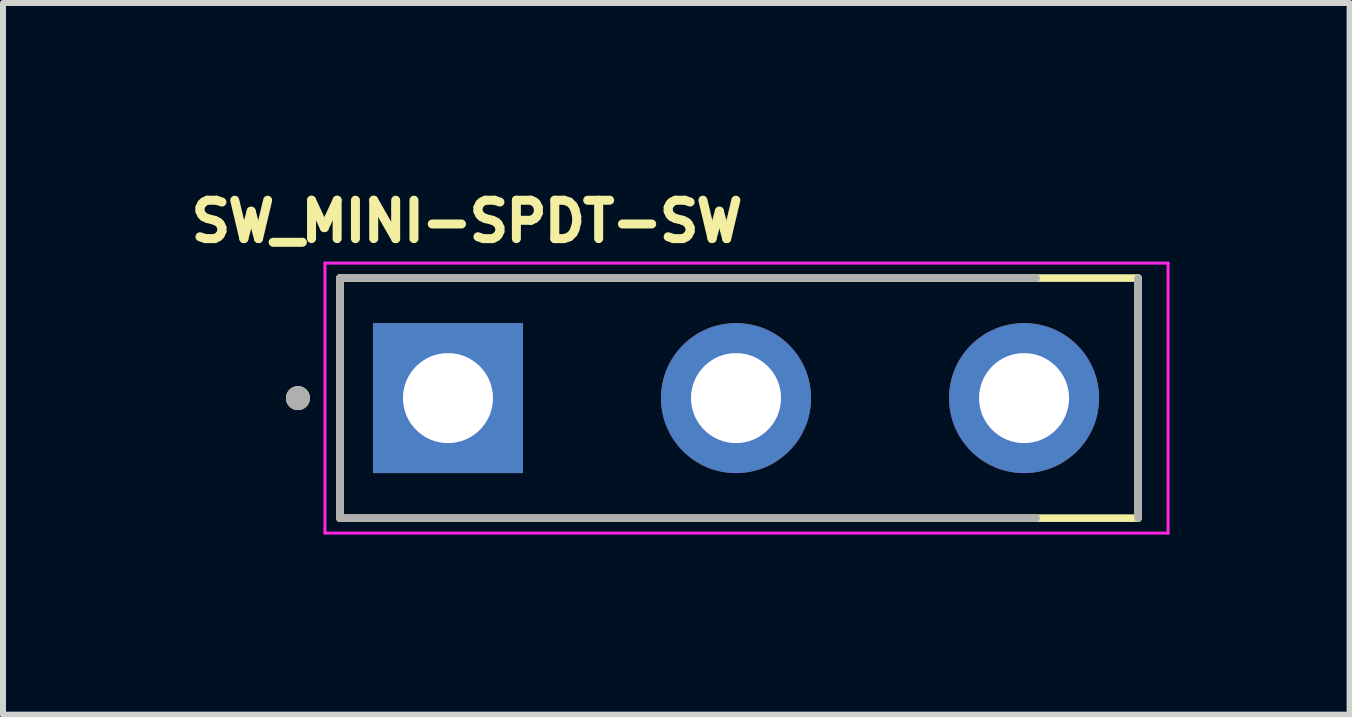
<source format=kicad_pcb>
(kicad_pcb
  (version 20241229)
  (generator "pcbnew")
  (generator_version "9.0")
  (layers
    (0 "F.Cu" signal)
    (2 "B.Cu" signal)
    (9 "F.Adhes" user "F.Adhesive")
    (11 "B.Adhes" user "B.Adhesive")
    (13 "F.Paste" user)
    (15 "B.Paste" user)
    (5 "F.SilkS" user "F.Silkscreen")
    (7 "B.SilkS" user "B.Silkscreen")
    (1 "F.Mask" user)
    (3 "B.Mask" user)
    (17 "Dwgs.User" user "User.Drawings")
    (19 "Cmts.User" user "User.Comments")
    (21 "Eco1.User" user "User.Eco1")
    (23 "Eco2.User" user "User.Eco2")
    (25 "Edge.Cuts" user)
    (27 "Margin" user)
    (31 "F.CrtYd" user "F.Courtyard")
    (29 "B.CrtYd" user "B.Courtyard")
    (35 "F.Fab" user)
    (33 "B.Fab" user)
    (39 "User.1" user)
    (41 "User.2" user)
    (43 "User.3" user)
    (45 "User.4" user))
  (footprint "SW_MINI-SPDT-SW"
    (layer "F.Cu")
    (at 8.415 3.584)
    (property "Reference" "SW_MINI-SPDT-SW" (at -3.683 -2.946 0) (layer "F.SilkS") (effects (font (size 0.64 0.64) (thickness 0.15))))
    (attr through_hole)
    (fp_line (start -5.8 -2) (end -5.8 2) (stroke (width 0.127) (type solid)) (layer "F.SilkS"))
    (fp_line (start -5.8 2) (end 7.5 2) (stroke (width 0.127) (type solid)) (layer "F.SilkS"))
    (fp_line (start 7.5 -2) (end -5.8 -2) (stroke (width 0.127) (type solid)) (layer "F.SilkS"))
    (fp_line (start 7.5 2) (end 7.5 -2) (stroke (width 0.127) (type solid)) (layer "F.SilkS"))
    (fp_circle (center -6.5 0) (end -6.4 0) (stroke (width 0.2) (type solid)) (fill no) (layer "F.SilkS"))
    (fp_line (start -6.05 -2.25) (end -6.05 2.25) (stroke (width 0.05) (type solid)) (layer "F.CrtYd"))
    (fp_line (start -6.05 2.25) (end 8 2.25) (stroke (width 0.05) (type solid)) (layer "F.CrtYd"))
    (fp_line (start 8 -2.25) (end -6.05 -2.25) (stroke (width 0.05) (type solid)) (layer "F.CrtYd"))
    (fp_line (start 8 2.25) (end 8 -2.25) (stroke (width 0.05) (type solid)) (layer "F.CrtYd"))
    (fp_line (start -5.8 -2) (end -5.8 2) (stroke (width 0.127) (type solid)) (layer "F.Fab"))
    (fp_line (start -5.8 2) (end 5.8 2) (stroke (width 0.127) (type solid)) (layer "F.Fab"))
    (fp_line (start 5.8 -2) (end -5.8 -2) (stroke (width 0.127) (type solid)) (layer "F.Fab"))
    (fp_line (start 7.5 2) (end 7.5 -2) (stroke (width 0.127) (type solid)) (layer "F.Fab"))
    (fp_circle (center -6.5 0) (end -6.4 0) (stroke (width 0.2) (type solid)) (fill no) (layer "F.Fab"))
    (pad "1" thru_hole rect (at -4 0) (size 2.5 2.5) (drill 1.5) (layers "*.Cu" "*.Mask"))
    (pad "2" thru_hole circle (at 0.8 0) (size 2.5 2.5) (drill 1.5) (layers "*.Cu" "*.Mask"))
    (pad "3" thru_hole circle (at 5.6 0) (size 2.5 2.5) (drill 1.5) (layers "*.Cu" "*.Mask")))
  (gr_rect
    (start -3 -3)
    (end 19.44 8.859)
    (stroke (width 0.1) (type default))
    (fill no)
    (layer "Edge.Cuts")))
</source>
